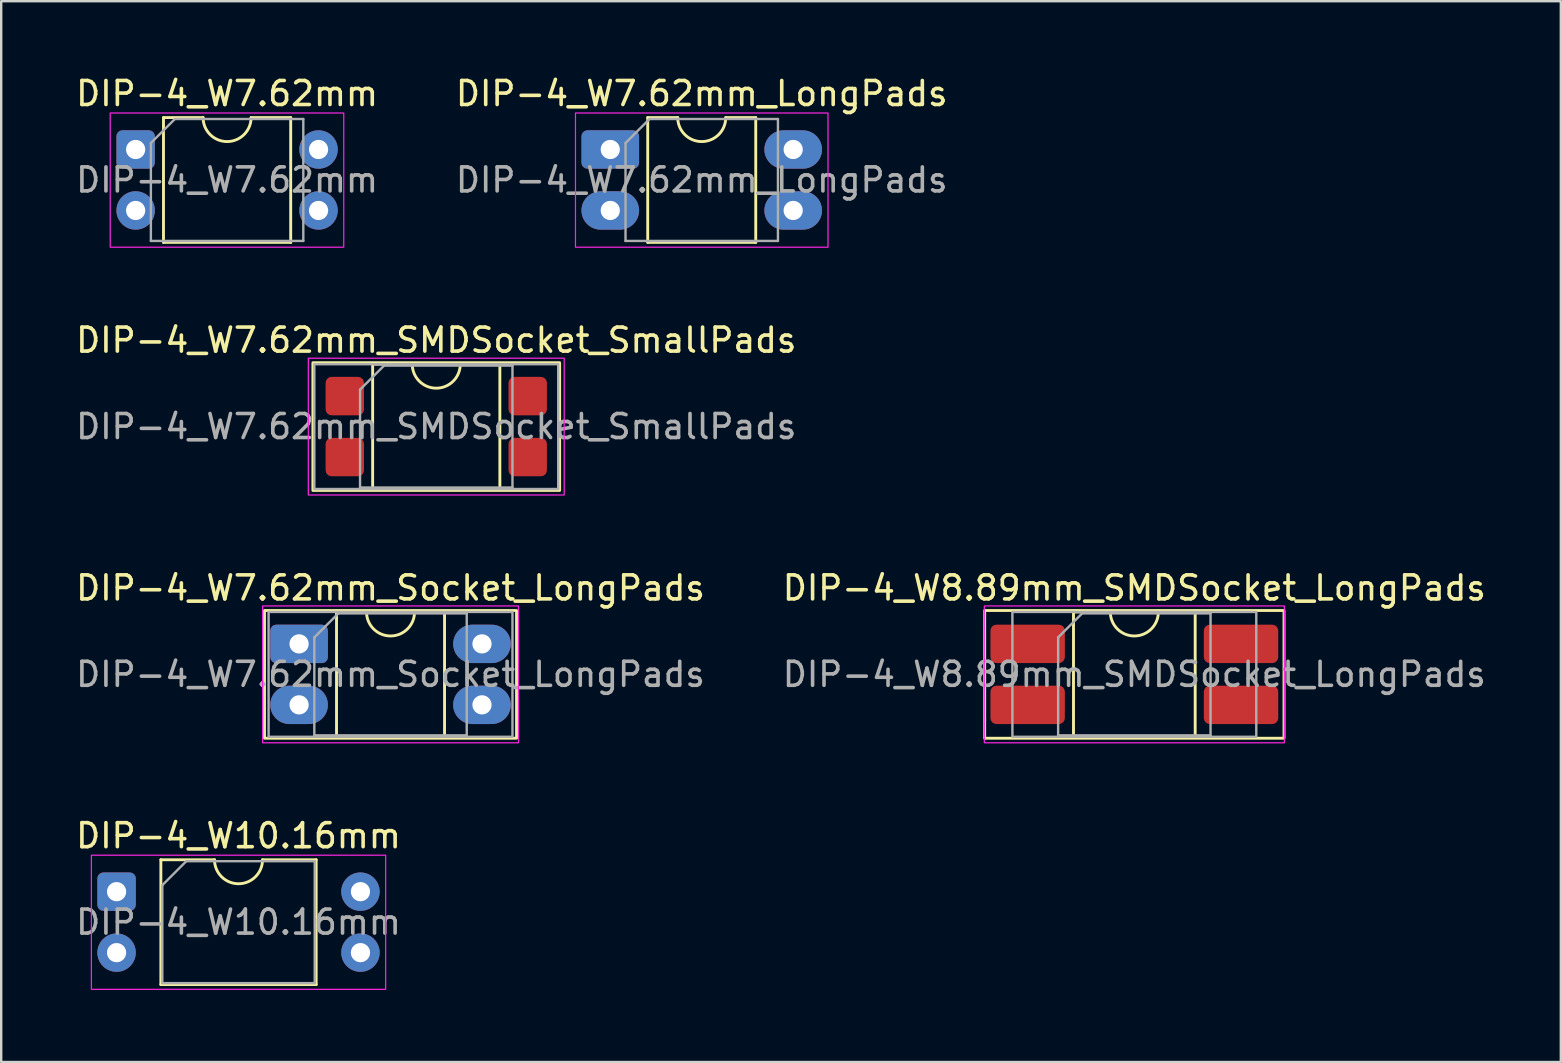
<source format=kicad_pcb>
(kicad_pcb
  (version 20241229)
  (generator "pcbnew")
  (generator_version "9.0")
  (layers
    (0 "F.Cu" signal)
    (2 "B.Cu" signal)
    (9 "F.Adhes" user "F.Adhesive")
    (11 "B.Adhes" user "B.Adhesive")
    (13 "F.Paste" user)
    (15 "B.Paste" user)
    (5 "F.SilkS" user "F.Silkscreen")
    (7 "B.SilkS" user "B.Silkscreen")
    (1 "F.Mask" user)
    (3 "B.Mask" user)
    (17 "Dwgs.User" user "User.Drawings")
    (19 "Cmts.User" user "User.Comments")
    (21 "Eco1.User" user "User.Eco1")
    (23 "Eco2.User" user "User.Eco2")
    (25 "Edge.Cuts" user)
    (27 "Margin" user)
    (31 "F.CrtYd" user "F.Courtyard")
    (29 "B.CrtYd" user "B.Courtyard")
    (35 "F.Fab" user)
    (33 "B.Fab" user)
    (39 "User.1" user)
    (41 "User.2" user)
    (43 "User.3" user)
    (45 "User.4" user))
  (footprint "DIP-4_W7.62mm_SMDSocket_SmallPads"
    (layer "F.Cu")
    (at 15.125 14.722)
    (property "Reference" "DIP-4_W7.62mm_SMDSocket_SmallPads" (at 0 -3.6 0) (layer "F.SilkS") (effects (font (size 1 1) (thickness 0.15))))
    (attr smd)
    (fp_line (start -2.65 -2.6) (end -2.65 2.6) (stroke (width 0.12) (type solid)) (layer "F.SilkS"))
    (fp_line (start -2.65 2.6) (end 2.65 2.6) (stroke (width 0.12) (type solid)) (layer "F.SilkS"))
    (fp_line (start -1 -2.6) (end -2.65 -2.6) (stroke (width 0.12) (type solid)) (layer "F.SilkS"))
    (fp_line (start 2.65 -2.6) (end 1 -2.6) (stroke (width 0.12) (type solid)) (layer "F.SilkS"))
    (fp_line (start 2.65 2.6) (end 2.65 -2.6) (stroke (width 0.12) (type solid)) (layer "F.SilkS"))
    (fp_rect (start -5.14 -2.66) (end 5.14 2.66) (stroke (width 0.12) (type solid)) (fill no) (layer "F.SilkS"))
    (fp_arc (start 1 -2.6) (mid 0 -1.6) (end -1 -2.6) (stroke (width 0.12) (type solid)) (layer "F.SilkS"))
    (fp_rect (start -5.33 -2.85) (end 5.33 2.85) (stroke (width 0.05) (type solid)) (fill no) (layer "F.CrtYd"))
    (fp_line (start -3.175 -1.54) (end -2.175 -2.54) (stroke (width 0.1) (type solid)) (layer "F.Fab"))
    (fp_line (start -3.175 2.54) (end -3.175 -1.54) (stroke (width 0.1) (type solid)) (layer "F.Fab"))
    (fp_line (start -2.175 -2.54) (end 3.175 -2.54) (stroke (width 0.1) (type solid)) (layer "F.Fab"))
    (fp_line (start 3.175 -2.54) (end 3.175 2.54) (stroke (width 0.1) (type solid)) (layer "F.Fab"))
    (fp_line (start 3.175 2.54) (end -3.175 2.54) (stroke (width 0.1) (type solid)) (layer "F.Fab"))
    (fp_rect (start -5.08 -2.6) (end 5.08 2.6) (stroke (width 0.1) (type solid)) (fill no) (layer "F.Fab"))
    (fp_text user "${REFERENCE}" (at 0 0 0) (layer "F.Fab") (effects (font (size 1 1) (thickness 0.15))))
    (pad "1" smd roundrect (at -3.81 -1.27) (size 1.6 1.6) (layers "F.Cu" "F.Mask" "F.Paste") (roundrect_rratio 0.156))
    (pad "2" smd roundrect (at -3.81 1.27) (size 1.6 1.6) (layers "F.Cu" "F.Mask" "F.Paste") (roundrect_rratio 0.156))
    (pad "3" smd roundrect (at 3.81 1.27) (size 1.6 1.6) (layers "F.Cu" "F.Mask" "F.Paste") (roundrect_rratio 0.156))
    (pad "4" smd roundrect (at 3.81 -1.27) (size 1.6 1.6) (layers "F.Cu" "F.Mask" "F.Paste") (roundrect_rratio 0.156)))
  (footprint "DIP-4_W8.89mm_SMDSocket_LongPads"
    (layer "F.Cu")
    (at 44.208 25.045)
    (property "Reference" "DIP-4_W8.89mm_SMDSocket_LongPads" (at 0 -3.6 0) (layer "F.SilkS") (effects (font (size 1 1) (thickness 0.15))))
    (attr smd)
    (fp_line (start -2.535 -2.6) (end -2.535 2.6) (stroke (width 0.12) (type solid)) (layer "F.SilkS"))
    (fp_line (start -2.535 2.6) (end 2.535 2.6) (stroke (width 0.12) (type solid)) (layer "F.SilkS"))
    (fp_line (start -1 -2.6) (end -2.535 -2.6) (stroke (width 0.12) (type solid)) (layer "F.SilkS"))
    (fp_line (start 2.535 -2.6) (end 1 -2.6) (stroke (width 0.12) (type solid)) (layer "F.SilkS"))
    (fp_line (start 2.535 2.6) (end 2.535 -2.6) (stroke (width 0.12) (type solid)) (layer "F.SilkS"))
    (fp_rect (start -6.235 -2.66) (end 6.235 2.66) (stroke (width 0.12) (type solid)) (fill no) (layer "F.SilkS"))
    (fp_arc (start 1 -2.6) (mid 0 -1.6) (end -1 -2.6) (stroke (width 0.12) (type solid)) (layer "F.SilkS"))
    (fp_rect (start -6.25 -2.85) (end 6.25 2.85) (stroke (width 0.05) (type solid)) (fill no) (layer "F.CrtYd"))
    (fp_line (start -3.175 -1.54) (end -2.175 -2.54) (stroke (width 0.1) (type solid)) (layer "F.Fab"))
    (fp_line (start -3.175 2.54) (end -3.175 -1.54) (stroke (width 0.1) (type solid)) (layer "F.Fab"))
    (fp_line (start -2.175 -2.54) (end 3.175 -2.54) (stroke (width 0.1) (type solid)) (layer "F.Fab"))
    (fp_line (start 3.175 -2.54) (end 3.175 2.54) (stroke (width 0.1) (type solid)) (layer "F.Fab"))
    (fp_line (start 3.175 2.54) (end -3.175 2.54) (stroke (width 0.1) (type solid)) (layer "F.Fab"))
    (fp_rect (start -5.08 -2.6) (end 5.08 2.6) (stroke (width 0.1) (type solid)) (fill no) (layer "F.Fab"))
    (fp_text user "${REFERENCE}" (at 0 0 0) (layer "F.Fab") (effects (font (size 1 1) (thickness 0.15))))
    (pad "1" smd roundrect (at -4.445 -1.27) (size 3.1 1.6) (layers "F.Cu" "F.Mask" "F.Paste") (roundrect_rratio 0.156))
    (pad "2" smd roundrect (at -4.445 1.27) (size 3.1 1.6) (layers "F.Cu" "F.Mask" "F.Paste") (roundrect_rratio 0.156))
    (pad "3" smd roundrect (at 4.445 1.27) (size 3.1 1.6) (layers "F.Cu" "F.Mask" "F.Paste") (roundrect_rratio 0.156))
    (pad "4" smd roundrect (at 4.445 -1.27) (size 3.1 1.6) (layers "F.Cu" "F.Mask" "F.Paste") (roundrect_rratio 0.156)))
  (footprint "DIP-4_W7.62mm_LongPads"
    (layer "F.Cu")
    (at 22.375 3.178)
    (property "Reference" "DIP-4_W7.62mm_LongPads" (at 3.81 -2.33 0) (layer "F.SilkS") (effects (font (size 1 1) (thickness 0.15))))
    (attr through_hole)
    (fp_line (start 1.56 -1.33) (end 1.56 3.87) (stroke (width 0.12) (type solid)) (layer "F.SilkS"))
    (fp_line (start 1.56 3.87) (end 6.06 3.87) (stroke (width 0.12) (type solid)) (layer "F.SilkS"))
    (fp_line (start 2.81 -1.33) (end 1.56 -1.33) (stroke (width 0.12) (type solid)) (layer "F.SilkS"))
    (fp_line (start 6.06 -1.33) (end 4.81 -1.33) (stroke (width 0.12) (type solid)) (layer "F.SilkS"))
    (fp_line (start 6.06 3.87) (end 6.06 -1.33) (stroke (width 0.12) (type solid)) (layer "F.SilkS"))
    (fp_arc (start 4.81 -1.33) (mid 3.81 -0.33) (end 2.81 -1.33) (stroke (width 0.12) (type solid)) (layer "F.SilkS"))
    (fp_rect (start -1.45 -1.52) (end 9.07 4.07) (stroke (width 0.05) (type solid)) (fill no) (layer "F.CrtYd"))
    (fp_line (start 0.635 -0.27) (end 1.635 -1.27) (stroke (width 0.1) (type solid)) (layer "F.Fab"))
    (fp_line (start 0.635 3.81) (end 0.635 -0.27) (stroke (width 0.1) (type solid)) (layer "F.Fab"))
    (fp_line (start 1.635 -1.27) (end 6.985 -1.27) (stroke (width 0.1) (type solid)) (layer "F.Fab"))
    (fp_line (start 6.985 -1.27) (end 6.985 3.81) (stroke (width 0.1) (type solid)) (layer "F.Fab"))
    (fp_line (start 6.985 3.81) (end 0.635 3.81) (stroke (width 0.1) (type solid)) (layer "F.Fab"))
    (fp_text user "${REFERENCE}" (at 3.81 1.27 0) (layer "F.Fab") (effects (font (size 1 1) (thickness 0.15))))
    (pad "1" thru_hole roundrect (at 0 0) (size 2.4 1.6) (drill 0.8) (layers "*.Cu" "*.Mask") (roundrect_rratio 0.156))
    (pad "2" thru_hole oval (at 0 2.54) (size 2.4 1.6) (drill 0.8) (layers "*.Cu" "*.Mask"))
    (pad "3" thru_hole oval (at 7.62 2.54) (size 2.4 1.6) (drill 0.8) (layers "*.Cu" "*.Mask"))
    (pad "4" thru_hole oval (at 7.62 0) (size 2.4 1.6) (drill 0.8) (layers "*.Cu" "*.Mask")))
  (footprint "DIP-4_W7.62mm_Socket_LongPads"
    (layer "F.Cu")
    (at 9.41 23.775)
    (property "Reference" "DIP-4_W7.62mm_Socket_LongPads" (at 3.81 -2.33 0) (layer "F.SilkS") (effects (font (size 1 1) (thickness 0.15))))
    (attr through_hole)
    (fp_line (start 1.56 -1.33) (end 1.56 3.87) (stroke (width 0.12) (type solid)) (layer "F.SilkS"))
    (fp_line (start 1.56 3.87) (end 6.06 3.87) (stroke (width 0.12) (type solid)) (layer "F.SilkS"))
    (fp_line (start 2.81 -1.33) (end 1.56 -1.33) (stroke (width 0.12) (type solid)) (layer "F.SilkS"))
    (fp_line (start 6.06 -1.33) (end 4.81 -1.33) (stroke (width 0.12) (type solid)) (layer "F.SilkS"))
    (fp_line (start 6.06 3.87) (end 6.06 -1.33) (stroke (width 0.12) (type solid)) (layer "F.SilkS"))
    (fp_rect (start -1.44 -1.39) (end 9.06 3.93) (stroke (width 0.12) (type solid)) (fill no) (layer "F.SilkS"))
    (fp_arc (start 4.81 -1.33) (mid 3.81 -0.33) (end 2.81 -1.33) (stroke (width 0.12) (type solid)) (layer "F.SilkS"))
    (fp_rect (start -1.52 -1.58) (end 9.14 4.12) (stroke (width 0.05) (type solid)) (fill no) (layer "F.CrtYd"))
    (fp_line (start 0.635 -0.27) (end 1.635 -1.27) (stroke (width 0.1) (type solid)) (layer "F.Fab"))
    (fp_line (start 0.635 3.81) (end 0.635 -0.27) (stroke (width 0.1) (type solid)) (layer "F.Fab"))
    (fp_line (start 1.635 -1.27) (end 6.985 -1.27) (stroke (width 0.1) (type solid)) (layer "F.Fab"))
    (fp_line (start 6.985 -1.27) (end 6.985 3.81) (stroke (width 0.1) (type solid)) (layer "F.Fab"))
    (fp_line (start 6.985 3.81) (end 0.635 3.81) (stroke (width 0.1) (type solid)) (layer "F.Fab"))
    (fp_rect (start -1.27 -1.33) (end 8.89 3.87) (stroke (width 0.1) (type solid)) (fill no) (layer "F.Fab"))
    (fp_text user "${REFERENCE}" (at 3.81 1.27 0) (layer "F.Fab") (effects (font (size 1 1) (thickness 0.15))))
    (pad "1" thru_hole roundrect (at 0 0) (size 2.4 1.6) (drill 0.8) (layers "*.Cu" "*.Mask") (roundrect_rratio 0.156))
    (pad "2" thru_hole oval (at 0 2.54) (size 2.4 1.6) (drill 0.8) (layers "*.Cu" "*.Mask"))
    (pad "3" thru_hole oval (at 7.62 2.54) (size 2.4 1.6) (drill 0.8) (layers "*.Cu" "*.Mask"))
    (pad "4" thru_hole oval (at 7.62 0) (size 2.4 1.6) (drill 0.8) (layers "*.Cu" "*.Mask")))
  (footprint "DIP-4_W7.62mm"
    (layer "F.Cu")
    (at 2.601 3.178)
    (property "Reference" "DIP-4_W7.62mm" (at 3.81 -2.33 0) (layer "F.SilkS") (effects (font (size 1 1) (thickness 0.15))))
    (attr through_hole)
    (fp_line (start 1.16 -1.33) (end 1.16 3.87) (stroke (width 0.12) (type solid)) (layer "F.SilkS"))
    (fp_line (start 1.16 3.87) (end 6.46 3.87) (stroke (width 0.12) (type solid)) (layer "F.SilkS"))
    (fp_line (start 2.81 -1.33) (end 1.16 -1.33) (stroke (width 0.12) (type solid)) (layer "F.SilkS"))
    (fp_line (start 6.46 -1.33) (end 4.81 -1.33) (stroke (width 0.12) (type solid)) (layer "F.SilkS"))
    (fp_line (start 6.46 3.87) (end 6.46 -1.33) (stroke (width 0.12) (type solid)) (layer "F.SilkS"))
    (fp_arc (start 4.81 -1.33) (mid 3.81 -0.33) (end 2.81 -1.33) (stroke (width 0.12) (type solid)) (layer "F.SilkS"))
    (fp_rect (start -1.06 -1.52) (end 8.67 4.07) (stroke (width 0.05) (type solid)) (fill no) (layer "F.CrtYd"))
    (fp_line (start 0.635 -0.27) (end 1.635 -1.27) (stroke (width 0.1) (type solid)) (layer "F.Fab"))
    (fp_line (start 0.635 3.81) (end 0.635 -0.27) (stroke (width 0.1) (type solid)) (layer "F.Fab"))
    (fp_line (start 1.635 -1.27) (end 6.985 -1.27) (stroke (width 0.1) (type solid)) (layer "F.Fab"))
    (fp_line (start 6.985 -1.27) (end 6.985 3.81) (stroke (width 0.1) (type solid)) (layer "F.Fab"))
    (fp_line (start 6.985 3.81) (end 0.635 3.81) (stroke (width 0.1) (type solid)) (layer "F.Fab"))
    (fp_text user "${REFERENCE}" (at 3.81 1.27 0) (layer "F.Fab") (effects (font (size 1 1) (thickness 0.15))))
    (pad "1" thru_hole roundrect (at 0 0) (size 1.6 1.6) (drill 0.8) (layers "*.Cu" "*.Mask") (roundrect_rratio 0.156))
    (pad "2" thru_hole circle (at 0 2.54) (size 1.6 1.6) (drill 0.8) (layers "*.Cu" "*.Mask"))
    (pad "3" thru_hole circle (at 7.62 2.54) (size 1.6 1.6) (drill 0.8) (layers "*.Cu" "*.Mask"))
    (pad "4" thru_hole circle (at 7.62 0) (size 1.6 1.6) (drill 0.8) (layers "*.Cu" "*.Mask")))
  (footprint "DIP-4_W10.16mm"
    (layer "F.Cu")
    (at 1.807 34.098)
    (property "Reference" "DIP-4_W10.16mm" (at 5.08 -2.33 0) (layer "F.SilkS") (effects (font (size 1 1) (thickness 0.15))))
    (attr through_hole)
    (fp_line (start 1.845 -1.33) (end 1.845 3.87) (stroke (width 0.12) (type solid)) (layer "F.SilkS"))
    (fp_line (start 1.845 3.87) (end 8.315 3.87) (stroke (width 0.12) (type solid)) (layer "F.SilkS"))
    (fp_line (start 4.08 -1.33) (end 1.845 -1.33) (stroke (width 0.12) (type solid)) (layer "F.SilkS"))
    (fp_line (start 8.315 -1.33) (end 6.08 -1.33) (stroke (width 0.12) (type solid)) (layer "F.SilkS"))
    (fp_line (start 8.315 3.87) (end 8.315 -1.33) (stroke (width 0.12) (type solid)) (layer "F.SilkS"))
    (fp_arc (start 6.08 -1.33) (mid 5.08 -0.33) (end 4.08 -1.33) (stroke (width 0.12) (type solid)) (layer "F.SilkS"))
    (fp_rect (start -1.05 -1.52) (end 11.21 4.07) (stroke (width 0.05) (type solid)) (fill no) (layer "F.CrtYd"))
    (fp_line (start 1.905 -0.27) (end 2.905 -1.27) (stroke (width 0.1) (type solid)) (layer "F.Fab"))
    (fp_line (start 1.905 3.81) (end 1.905 -0.27) (stroke (width 0.1) (type solid)) (layer "F.Fab"))
    (fp_line (start 2.905 -1.27) (end 8.255 -1.27) (stroke (width 0.1) (type solid)) (layer "F.Fab"))
    (fp_line (start 8.255 -1.27) (end 8.255 3.81) (stroke (width 0.1) (type solid)) (layer "F.Fab"))
    (fp_line (start 8.255 3.81) (end 1.905 3.81) (stroke (width 0.1) (type solid)) (layer "F.Fab"))
    (fp_text user "${REFERENCE}" (at 5.08 1.27 0) (layer "F.Fab") (effects (font (size 1 1) (thickness 0.15))))
    (pad "1" thru_hole roundrect (at 0 0) (size 1.6 1.6) (drill 0.8) (layers "*.Cu" "*.Mask") (roundrect_rratio 0.156))
    (pad "2" thru_hole circle (at 0 2.54) (size 1.6 1.6) (drill 0.8) (layers "*.Cu" "*.Mask"))
    (pad "3" thru_hole circle (at 10.16 2.54) (size 1.6 1.6) (drill 0.8) (layers "*.Cu" "*.Mask"))
    (pad "4" thru_hole circle (at 10.16 0) (size 1.6 1.6) (drill 0.8) (layers "*.Cu" "*.Mask")))
  (gr_rect
    (start -3 -3)
    (end 61.976 41.193)
    (stroke (width 0.1) (type default))
    (fill no)
    (layer "Edge.Cuts")))
</source>
